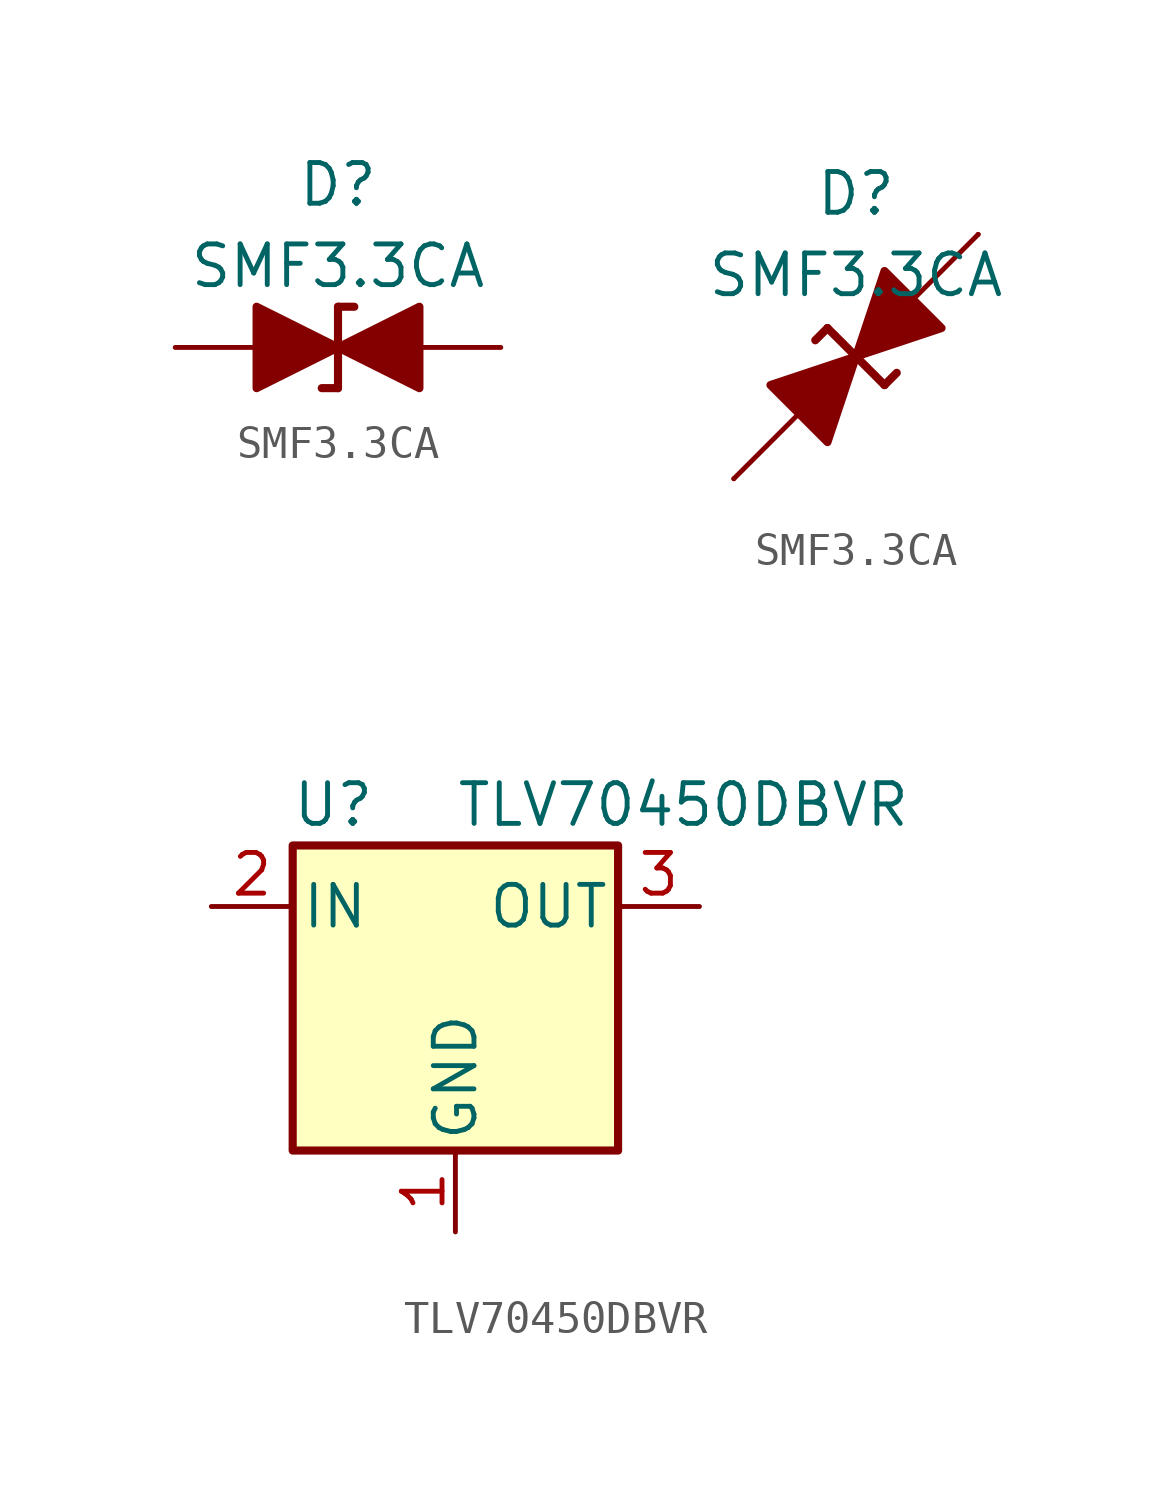
<source format=kicad_sym>
(kicad_symbol_lib
  (version 20241209)
  (generator "kicad_symbol_editor")
  (generator_version "9.0")
  (symbol "SMF3.3CA"
    (pin_numbers
      (hide yes))
    (pin_names
      (offset 1.016)
      (hide yes))
    (property "Reference" "D"
      (at 0 5.08 0)
      (effects (font (size 1.27 1.27))))
    (property "Value" "SMF3.3CA"
      (at 0 2.54 0)
      (effects (font (size 1.27 1.27))))
    (symbol "SMF3.3CA_0_1"
      (polyline (pts (xy 0 1.27) (xy 0 -1.27)) (stroke (width 0.254) (type default)) (fill (type none)))
      (polyline (pts (xy 0 1.27) (xy 0.508 1.27)) (stroke (width 0.254) (type default)) (fill (type none)))
      (polyline (pts (xy 0 0) (xy -2.54 1.27) (xy -2.54 -1.27) (xy 0 0)) (stroke (width 0.254) (type default)) (fill (type outline)))
      (polyline (pts (xy 0 -1.27) (xy -0.508 -1.27)) (stroke (width 0.254) (type default)) (fill (type none)))
      (polyline (pts (xy 1.27 0) (xy -1.27 0)) (stroke (width 0) (type default)) (fill (type none)))
      (polyline (pts (xy 2.54 1.27) (xy 2.54 -1.27) (xy 0 0) (xy 2.54 1.27)) (stroke (width 0.254) (type default)) (fill (type outline))))
    (symbol "SMF3.3CA_0_2"
      (polyline (pts (xy -3.81 -3.81) (xy 3.81 3.81)) (stroke (width 0) (type default)) (fill (type none)))
      (polyline (pts (xy -1.778 -1.778) (xy -2.667 -0.889) (xy 0 0) (xy -0.889 -2.667) (xy -1.778 -1.778)) (stroke (width 0.254) (type default)) (fill (type outline)))
      (polyline (pts (xy -0.889 0.889) (xy -1.27 0.508)) (stroke (width 0.254) (type default)) (fill (type none)))
      (polyline (pts (xy -0.889 0.889) (xy 0.889 -0.889)) (stroke (width 0.254) (type default)) (fill (type none)))
      (polyline (pts (xy 0.889 -0.889) (xy 1.27 -0.508)) (stroke (width 0.254) (type default)) (fill (type none)))
      (polyline (pts (xy 1.778 1.778) (xy 2.667 0.889) (xy 0 0) (xy 0.889 2.667) (xy 1.778 1.778)) (stroke (width 0.254) (type default)) (fill (type outline))))
    (symbol "SMF3.3CA_1_1"
      (pin passive line (at -5.08 0 0) (length 2.54) (name "K" (effects (font (size 1.27 1.27)))) (number "1" (effects (font (size 1.27 1.27)))))
      (pin passive line (at 5.08 0 180) (length 2.54) (name "A" (effects (font (size 1.27 1.27)))) (number "2" (effects (font (size 1.27 1.27))))))
    (symbol "SMF3.3CA_1_2"
      (pin passive line (at -3.81 -3.81 0) (length 0) (name "A" (effects (font (size 1.27 1.27)))) (number "2" (effects (font (size 1.27 1.27)))))
      (pin passive line (at 3.81 3.81 180) (length 0) (name "K" (effects (font (size 1.27 1.27)))) (number "1" (effects (font (size 1.27 1.27)))))))
  (symbol "TLV70450DBVR"
    (pin_names
      (offset 0.254))
    (property "Reference" "U"
      (at -3.81 5.715 0)
      (effects (font (size 1.27 1.27))))
    (property "Value" "TLV70450DBVR"
      (at 0 5.715 0)
      (effects (font (size 1.27 1.27)) (justify left)))
    (symbol "TLV70450DBVR_0_1"
      (rectangle (start -5.08 4.445) (end 5.08 -5.08) (stroke (width 0.254) (type default)) (fill (type background))))
    (symbol "TLV70450DBVR_1_1"
      (pin power_in line (at -7.62 2.54 0) (length 2.54) (name "IN" (effects (font (size 1.27 1.27)))) (number "2" (effects (font (size 1.27 1.27)))))
      (pin power_in line (at 0 -7.62 90) (length 2.54) (name "GND" (effects (font (size 1.27 1.27)))) (number "1" (effects (font (size 1.27 1.27)))))
      (pin no_connect line (at 5.08 0 180) (length 2.54) (hide yes) (name "NC" (effects (font (size 1.27 1.27)))) (number "4" (effects (font (size 1.27 1.27)))))
      (pin no_connect line (at 5.08 0 180) (length 2.54) (hide yes) (name "NC" (effects (font (size 1.27 1.27)))) (number "5" (effects (font (size 1.27 1.27)))))
      (pin input line (at 7.62 2.54 180) (length 2.54) (name "OUT" (effects (font (size 1.27 1.27)))) (number "3" (effects (font (size 1.27 1.27))))))))
</source>
